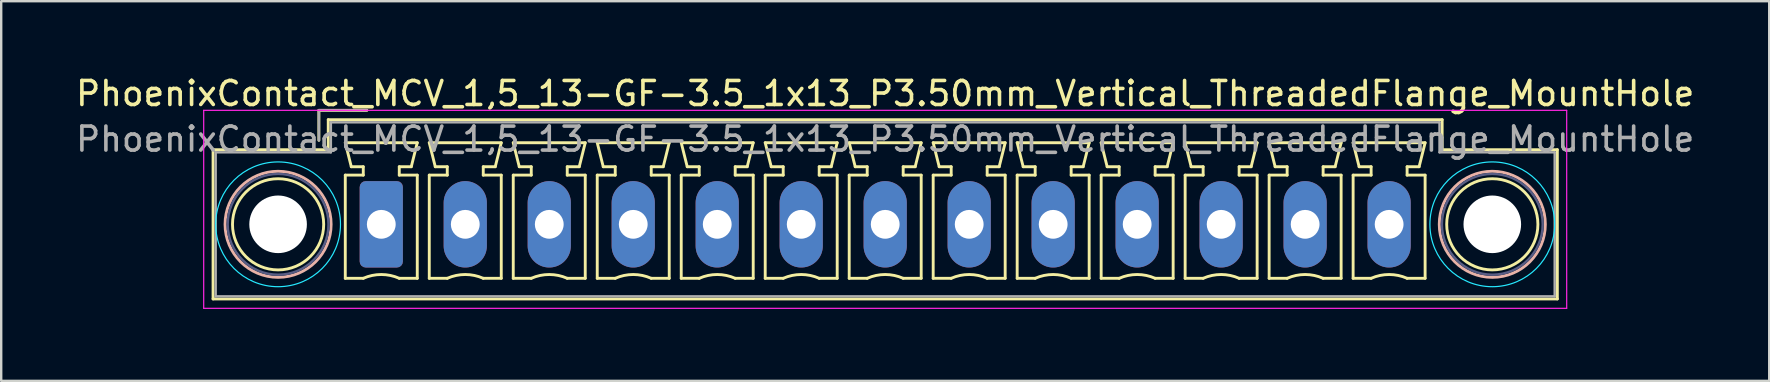
<source format=kicad_pcb>
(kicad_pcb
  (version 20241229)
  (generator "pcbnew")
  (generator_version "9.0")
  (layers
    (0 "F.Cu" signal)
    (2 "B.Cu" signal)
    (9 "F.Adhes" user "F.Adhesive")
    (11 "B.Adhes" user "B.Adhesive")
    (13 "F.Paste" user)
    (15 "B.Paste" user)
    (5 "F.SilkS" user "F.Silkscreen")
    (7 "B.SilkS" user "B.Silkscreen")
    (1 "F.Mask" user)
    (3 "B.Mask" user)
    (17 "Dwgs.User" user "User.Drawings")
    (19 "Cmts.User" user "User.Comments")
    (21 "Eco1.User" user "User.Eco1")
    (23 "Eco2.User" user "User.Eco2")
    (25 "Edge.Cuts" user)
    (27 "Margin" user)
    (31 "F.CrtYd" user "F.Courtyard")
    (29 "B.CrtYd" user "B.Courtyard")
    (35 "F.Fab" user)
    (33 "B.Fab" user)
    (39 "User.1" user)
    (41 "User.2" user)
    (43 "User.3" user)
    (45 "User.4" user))
  (footprint "PhoenixContact_MCV_1,5_13-GF-3.5_1x13_P3.50mm_Vertical_ThreadedFlange_MountHole"
    (layer "F.Cu")
    (at 12.839 6.298)
    (property "Reference" "PhoenixContact_MCV_1,5_13-GF-3.5_1x13_P3.50mm_Vertical_ThreadedFlange_MountHole" (at 21 -5.45 0) (layer "F.SilkS") (effects (font (size 1 1) (thickness 0.15))))
    (attr through_hole)
    (fp_line (start -7.01 -3.11) (end -7.01 3.11) (stroke (width 0.12) (type solid)) (layer "F.SilkS"))
    (fp_line (start -7.01 3.11) (end 49.01 3.11) (stroke (width 0.12) (type solid)) (layer "F.SilkS"))
    (fp_line (start -2.6 -4.75) (end -0.6 -4.75) (stroke (width 0.12) (type solid)) (layer "F.SilkS"))
    (fp_line (start -2.6 -3.5) (end -2.6 -4.75) (stroke (width 0.12) (type solid)) (layer "F.SilkS"))
    (fp_line (start -2.21 -4.36) (end -2.21 -3.11) (stroke (width 0.12) (type solid)) (layer "F.SilkS"))
    (fp_line (start -2.21 -3.11) (end -7.01 -3.11) (stroke (width 0.12) (type solid)) (layer "F.SilkS"))
    (fp_line (start -1.5 -3.4) (end 1.5 -3.4) (stroke (width 0.12) (type solid)) (layer "F.SilkS"))
    (fp_line (start -1.5 -2.05) (end -0.75 -2.05) (stroke (width 0.12) (type solid)) (layer "F.SilkS"))
    (fp_line (start -1.5 2.25) (end -1.5 -2.05) (stroke (width 0.12) (type solid)) (layer "F.SilkS"))
    (fp_line (start -1.25 -2.4) (end -1.5 -3.4) (stroke (width 0.12) (type solid)) (layer "F.SilkS"))
    (fp_line (start -0.75 -2.4) (end -1.25 -2.4) (stroke (width 0.12) (type solid)) (layer "F.SilkS"))
    (fp_line (start -0.75 -2.05) (end -0.75 -2.4) (stroke (width 0.12) (type solid)) (layer "F.SilkS"))
    (fp_line (start -0.75 2.25) (end -1.5 2.25) (stroke (width 0.12) (type solid)) (layer "F.SilkS"))
    (fp_line (start 0.75 -2.4) (end 0.75 -2.05) (stroke (width 0.12) (type solid)) (layer "F.SilkS"))
    (fp_line (start 0.75 -2.05) (end 1.5 -2.05) (stroke (width 0.12) (type solid)) (layer "F.SilkS"))
    (fp_line (start 1.25 -2.4) (end 0.75 -2.4) (stroke (width 0.12) (type solid)) (layer "F.SilkS"))
    (fp_line (start 1.5 -3.4) (end 1.25 -2.4) (stroke (width 0.12) (type solid)) (layer "F.SilkS"))
    (fp_line (start 1.5 -2.05) (end 1.5 2.25) (stroke (width 0.12) (type solid)) (layer "F.SilkS"))
    (fp_line (start 1.5 2.25) (end 0.75 2.25) (stroke (width 0.12) (type solid)) (layer "F.SilkS"))
    (fp_line (start 2 -3.4) (end 5 -3.4) (stroke (width 0.12) (type solid)) (layer "F.SilkS"))
    (fp_line (start 2 -2.05) (end 2.75 -2.05) (stroke (width 0.12) (type solid)) (layer "F.SilkS"))
    (fp_line (start 2 2.25) (end 2 -2.05) (stroke (width 0.12) (type solid)) (layer "F.SilkS"))
    (fp_line (start 2.25 -2.4) (end 2 -3.4) (stroke (width 0.12) (type solid)) (layer "F.SilkS"))
    (fp_line (start 2.75 -2.4) (end 2.25 -2.4) (stroke (width 0.12) (type solid)) (layer "F.SilkS"))
    (fp_line (start 2.75 -2.05) (end 2.75 -2.4) (stroke (width 0.12) (type solid)) (layer "F.SilkS"))
    (fp_line (start 2.75 2.25) (end 2 2.25) (stroke (width 0.12) (type solid)) (layer "F.SilkS"))
    (fp_line (start 4.25 -2.4) (end 4.25 -2.05) (stroke (width 0.12) (type solid)) (layer "F.SilkS"))
    (fp_line (start 4.25 -2.05) (end 5 -2.05) (stroke (width 0.12) (type solid)) (layer "F.SilkS"))
    (fp_line (start 4.75 -2.4) (end 4.25 -2.4) (stroke (width 0.12) (type solid)) (layer "F.SilkS"))
    (fp_line (start 5 -3.4) (end 4.75 -2.4) (stroke (width 0.12) (type solid)) (layer "F.SilkS"))
    (fp_line (start 5 -2.05) (end 5 2.25) (stroke (width 0.12) (type solid)) (layer "F.SilkS"))
    (fp_line (start 5 2.25) (end 4.25 2.25) (stroke (width 0.12) (type solid)) (layer "F.SilkS"))
    (fp_line (start 5.5 -3.4) (end 8.5 -3.4) (stroke (width 0.12) (type solid)) (layer "F.SilkS"))
    (fp_line (start 5.5 -2.05) (end 6.25 -2.05) (stroke (width 0.12) (type solid)) (layer "F.SilkS"))
    (fp_line (start 5.5 2.25) (end 5.5 -2.05) (stroke (width 0.12) (type solid)) (layer "F.SilkS"))
    (fp_line (start 5.75 -2.4) (end 5.5 -3.4) (stroke (width 0.12) (type solid)) (layer "F.SilkS"))
    (fp_line (start 6.25 -2.4) (end 5.75 -2.4) (stroke (width 0.12) (type solid)) (layer "F.SilkS"))
    (fp_line (start 6.25 -2.05) (end 6.25 -2.4) (stroke (width 0.12) (type solid)) (layer "F.SilkS"))
    (fp_line (start 6.25 2.25) (end 5.5 2.25) (stroke (width 0.12) (type solid)) (layer "F.SilkS"))
    (fp_line (start 7.75 -2.4) (end 7.75 -2.05) (stroke (width 0.12) (type solid)) (layer "F.SilkS"))
    (fp_line (start 7.75 -2.05) (end 8.5 -2.05) (stroke (width 0.12) (type solid)) (layer "F.SilkS"))
    (fp_line (start 8.25 -2.4) (end 7.75 -2.4) (stroke (width 0.12) (type solid)) (layer "F.SilkS"))
    (fp_line (start 8.5 -3.4) (end 8.25 -2.4) (stroke (width 0.12) (type solid)) (layer "F.SilkS"))
    (fp_line (start 8.5 -2.05) (end 8.5 2.25) (stroke (width 0.12) (type solid)) (layer "F.SilkS"))
    (fp_line (start 8.5 2.25) (end 7.75 2.25) (stroke (width 0.12) (type solid)) (layer "F.SilkS"))
    (fp_line (start 9 -3.4) (end 12 -3.4) (stroke (width 0.12) (type solid)) (layer "F.SilkS"))
    (fp_line (start 9 -2.05) (end 9.75 -2.05) (stroke (width 0.12) (type solid)) (layer "F.SilkS"))
    (fp_line (start 9 2.25) (end 9 -2.05) (stroke (width 0.12) (type solid)) (layer "F.SilkS"))
    (fp_line (start 9.25 -2.4) (end 9 -3.4) (stroke (width 0.12) (type solid)) (layer "F.SilkS"))
    (fp_line (start 9.75 -2.4) (end 9.25 -2.4) (stroke (width 0.12) (type solid)) (layer "F.SilkS"))
    (fp_line (start 9.75 -2.05) (end 9.75 -2.4) (stroke (width 0.12) (type solid)) (layer "F.SilkS"))
    (fp_line (start 9.75 2.25) (end 9 2.25) (stroke (width 0.12) (type solid)) (layer "F.SilkS"))
    (fp_line (start 11.25 -2.4) (end 11.25 -2.05) (stroke (width 0.12) (type solid)) (layer "F.SilkS"))
    (fp_line (start 11.25 -2.05) (end 12 -2.05) (stroke (width 0.12) (type solid)) (layer "F.SilkS"))
    (fp_line (start 11.75 -2.4) (end 11.25 -2.4) (stroke (width 0.12) (type solid)) (layer "F.SilkS"))
    (fp_line (start 12 -3.4) (end 11.75 -2.4) (stroke (width 0.12) (type solid)) (layer "F.SilkS"))
    (fp_line (start 12 -2.05) (end 12 2.25) (stroke (width 0.12) (type solid)) (layer "F.SilkS"))
    (fp_line (start 12 2.25) (end 11.25 2.25) (stroke (width 0.12) (type solid)) (layer "F.SilkS"))
    (fp_line (start 12.5 -3.4) (end 15.5 -3.4) (stroke (width 0.12) (type solid)) (layer "F.SilkS"))
    (fp_line (start 12.5 -2.05) (end 13.25 -2.05) (stroke (width 0.12) (type solid)) (layer "F.SilkS"))
    (fp_line (start 12.5 2.25) (end 12.5 -2.05) (stroke (width 0.12) (type solid)) (layer "F.SilkS"))
    (fp_line (start 12.75 -2.4) (end 12.5 -3.4) (stroke (width 0.12) (type solid)) (layer "F.SilkS"))
    (fp_line (start 13.25 -2.4) (end 12.75 -2.4) (stroke (width 0.12) (type solid)) (layer "F.SilkS"))
    (fp_line (start 13.25 -2.05) (end 13.25 -2.4) (stroke (width 0.12) (type solid)) (layer "F.SilkS"))
    (fp_line (start 13.25 2.25) (end 12.5 2.25) (stroke (width 0.12) (type solid)) (layer "F.SilkS"))
    (fp_line (start 14.75 -2.4) (end 14.75 -2.05) (stroke (width 0.12) (type solid)) (layer "F.SilkS"))
    (fp_line (start 14.75 -2.05) (end 15.5 -2.05) (stroke (width 0.12) (type solid)) (layer "F.SilkS"))
    (fp_line (start 15.25 -2.4) (end 14.75 -2.4) (stroke (width 0.12) (type solid)) (layer "F.SilkS"))
    (fp_line (start 15.5 -3.4) (end 15.25 -2.4) (stroke (width 0.12) (type solid)) (layer "F.SilkS"))
    (fp_line (start 15.5 -2.05) (end 15.5 2.25) (stroke (width 0.12) (type solid)) (layer "F.SilkS"))
    (fp_line (start 15.5 2.25) (end 14.75 2.25) (stroke (width 0.12) (type solid)) (layer "F.SilkS"))
    (fp_line (start 16 -3.4) (end 19 -3.4) (stroke (width 0.12) (type solid)) (layer "F.SilkS"))
    (fp_line (start 16 -2.05) (end 16.75 -2.05) (stroke (width 0.12) (type solid)) (layer "F.SilkS"))
    (fp_line (start 16 2.25) (end 16 -2.05) (stroke (width 0.12) (type solid)) (layer "F.SilkS"))
    (fp_line (start 16.25 -2.4) (end 16 -3.4) (stroke (width 0.12) (type solid)) (layer "F.SilkS"))
    (fp_line (start 16.75 -2.4) (end 16.25 -2.4) (stroke (width 0.12) (type solid)) (layer "F.SilkS"))
    (fp_line (start 16.75 -2.05) (end 16.75 -2.4) (stroke (width 0.12) (type solid)) (layer "F.SilkS"))
    (fp_line (start 16.75 2.25) (end 16 2.25) (stroke (width 0.12) (type solid)) (layer "F.SilkS"))
    (fp_line (start 18.25 -2.4) (end 18.25 -2.05) (stroke (width 0.12) (type solid)) (layer "F.SilkS"))
    (fp_line (start 18.25 -2.05) (end 19 -2.05) (stroke (width 0.12) (type solid)) (layer "F.SilkS"))
    (fp_line (start 18.75 -2.4) (end 18.25 -2.4) (stroke (width 0.12) (type solid)) (layer "F.SilkS"))
    (fp_line (start 19 -3.4) (end 18.75 -2.4) (stroke (width 0.12) (type solid)) (layer "F.SilkS"))
    (fp_line (start 19 -2.05) (end 19 2.25) (stroke (width 0.12) (type solid)) (layer "F.SilkS"))
    (fp_line (start 19 2.25) (end 18.25 2.25) (stroke (width 0.12) (type solid)) (layer "F.SilkS"))
    (fp_line (start 19.5 -3.4) (end 22.5 -3.4) (stroke (width 0.12) (type solid)) (layer "F.SilkS"))
    (fp_line (start 19.5 -2.05) (end 20.25 -2.05) (stroke (width 0.12) (type solid)) (layer "F.SilkS"))
    (fp_line (start 19.5 2.25) (end 19.5 -2.05) (stroke (width 0.12) (type solid)) (layer "F.SilkS"))
    (fp_line (start 19.75 -2.4) (end 19.5 -3.4) (stroke (width 0.12) (type solid)) (layer "F.SilkS"))
    (fp_line (start 20.25 -2.4) (end 19.75 -2.4) (stroke (width 0.12) (type solid)) (layer "F.SilkS"))
    (fp_line (start 20.25 -2.05) (end 20.25 -2.4) (stroke (width 0.12) (type solid)) (layer "F.SilkS"))
    (fp_line (start 20.25 2.25) (end 19.5 2.25) (stroke (width 0.12) (type solid)) (layer "F.SilkS"))
    (fp_line (start 21.75 -2.4) (end 21.75 -2.05) (stroke (width 0.12) (type solid)) (layer "F.SilkS"))
    (fp_line (start 21.75 -2.05) (end 22.5 -2.05) (stroke (width 0.12) (type solid)) (layer "F.SilkS"))
    (fp_line (start 22.25 -2.4) (end 21.75 -2.4) (stroke (width 0.12) (type solid)) (layer "F.SilkS"))
    (fp_line (start 22.5 -3.4) (end 22.25 -2.4) (stroke (width 0.12) (type solid)) (layer "F.SilkS"))
    (fp_line (start 22.5 -2.05) (end 22.5 2.25) (stroke (width 0.12) (type solid)) (layer "F.SilkS"))
    (fp_line (start 22.5 2.25) (end 21.75 2.25) (stroke (width 0.12) (type solid)) (layer "F.SilkS"))
    (fp_line (start 23 -3.4) (end 26 -3.4) (stroke (width 0.12) (type solid)) (layer "F.SilkS"))
    (fp_line (start 23 -2.05) (end 23.75 -2.05) (stroke (width 0.12) (type solid)) (layer "F.SilkS"))
    (fp_line (start 23 2.25) (end 23 -2.05) (stroke (width 0.12) (type solid)) (layer "F.SilkS"))
    (fp_line (start 23.25 -2.4) (end 23 -3.4) (stroke (width 0.12) (type solid)) (layer "F.SilkS"))
    (fp_line (start 23.75 -2.4) (end 23.25 -2.4) (stroke (width 0.12) (type solid)) (layer "F.SilkS"))
    (fp_line (start 23.75 -2.05) (end 23.75 -2.4) (stroke (width 0.12) (type solid)) (layer "F.SilkS"))
    (fp_line (start 23.75 2.25) (end 23 2.25) (stroke (width 0.12) (type solid)) (layer "F.SilkS"))
    (fp_line (start 25.25 -2.4) (end 25.25 -2.05) (stroke (width 0.12) (type solid)) (layer "F.SilkS"))
    (fp_line (start 25.25 -2.05) (end 26 -2.05) (stroke (width 0.12) (type solid)) (layer "F.SilkS"))
    (fp_line (start 25.75 -2.4) (end 25.25 -2.4) (stroke (width 0.12) (type solid)) (layer "F.SilkS"))
    (fp_line (start 26 -3.4) (end 25.75 -2.4) (stroke (width 0.12) (type solid)) (layer "F.SilkS"))
    (fp_line (start 26 -2.05) (end 26 2.25) (stroke (width 0.12) (type solid)) (layer "F.SilkS"))
    (fp_line (start 26 2.25) (end 25.25 2.25) (stroke (width 0.12) (type solid)) (layer "F.SilkS"))
    (fp_line (start 26.5 -3.4) (end 29.5 -3.4) (stroke (width 0.12) (type solid)) (layer "F.SilkS"))
    (fp_line (start 26.5 -2.05) (end 27.25 -2.05) (stroke (width 0.12) (type solid)) (layer "F.SilkS"))
    (fp_line (start 26.5 2.25) (end 26.5 -2.05) (stroke (width 0.12) (type solid)) (layer "F.SilkS"))
    (fp_line (start 26.75 -2.4) (end 26.5 -3.4) (stroke (width 0.12) (type solid)) (layer "F.SilkS"))
    (fp_line (start 27.25 -2.4) (end 26.75 -2.4) (stroke (width 0.12) (type solid)) (layer "F.SilkS"))
    (fp_line (start 27.25 -2.05) (end 27.25 -2.4) (stroke (width 0.12) (type solid)) (layer "F.SilkS"))
    (fp_line (start 27.25 2.25) (end 26.5 2.25) (stroke (width 0.12) (type solid)) (layer "F.SilkS"))
    (fp_line (start 28.75 -2.4) (end 28.75 -2.05) (stroke (width 0.12) (type solid)) (layer "F.SilkS"))
    (fp_line (start 28.75 -2.05) (end 29.5 -2.05) (stroke (width 0.12) (type solid)) (layer "F.SilkS"))
    (fp_line (start 29.25 -2.4) (end 28.75 -2.4) (stroke (width 0.12) (type solid)) (layer "F.SilkS"))
    (fp_line (start 29.5 -3.4) (end 29.25 -2.4) (stroke (width 0.12) (type solid)) (layer "F.SilkS"))
    (fp_line (start 29.5 -2.05) (end 29.5 2.25) (stroke (width 0.12) (type solid)) (layer "F.SilkS"))
    (fp_line (start 29.5 2.25) (end 28.75 2.25) (stroke (width 0.12) (type solid)) (layer "F.SilkS"))
    (fp_line (start 30 -3.4) (end 33 -3.4) (stroke (width 0.12) (type solid)) (layer "F.SilkS"))
    (fp_line (start 30 -2.05) (end 30.75 -2.05) (stroke (width 0.12) (type solid)) (layer "F.SilkS"))
    (fp_line (start 30 2.25) (end 30 -2.05) (stroke (width 0.12) (type solid)) (layer "F.SilkS"))
    (fp_line (start 30.25 -2.4) (end 30 -3.4) (stroke (width 0.12) (type solid)) (layer "F.SilkS"))
    (fp_line (start 30.75 -2.4) (end 30.25 -2.4) (stroke (width 0.12) (type solid)) (layer "F.SilkS"))
    (fp_line (start 30.75 -2.05) (end 30.75 -2.4) (stroke (width 0.12) (type solid)) (layer "F.SilkS"))
    (fp_line (start 30.75 2.25) (end 30 2.25) (stroke (width 0.12) (type solid)) (layer "F.SilkS"))
    (fp_line (start 32.25 -2.4) (end 32.25 -2.05) (stroke (width 0.12) (type solid)) (layer "F.SilkS"))
    (fp_line (start 32.25 -2.05) (end 33 -2.05) (stroke (width 0.12) (type solid)) (layer "F.SilkS"))
    (fp_line (start 32.75 -2.4) (end 32.25 -2.4) (stroke (width 0.12) (type solid)) (layer "F.SilkS"))
    (fp_line (start 33 -3.4) (end 32.75 -2.4) (stroke (width 0.12) (type solid)) (layer "F.SilkS"))
    (fp_line (start 33 -2.05) (end 33 2.25) (stroke (width 0.12) (type solid)) (layer "F.SilkS"))
    (fp_line (start 33 2.25) (end 32.25 2.25) (stroke (width 0.12) (type solid)) (layer "F.SilkS"))
    (fp_line (start 33.5 -3.4) (end 36.5 -3.4) (stroke (width 0.12) (type solid)) (layer "F.SilkS"))
    (fp_line (start 33.5 -2.05) (end 34.25 -2.05) (stroke (width 0.12) (type solid)) (layer "F.SilkS"))
    (fp_line (start 33.5 2.25) (end 33.5 -2.05) (stroke (width 0.12) (type solid)) (layer "F.SilkS"))
    (fp_line (start 33.75 -2.4) (end 33.5 -3.4) (stroke (width 0.12) (type solid)) (layer "F.SilkS"))
    (fp_line (start 34.25 -2.4) (end 33.75 -2.4) (stroke (width 0.12) (type solid)) (layer "F.SilkS"))
    (fp_line (start 34.25 -2.05) (end 34.25 -2.4) (stroke (width 0.12) (type solid)) (layer "F.SilkS"))
    (fp_line (start 34.25 2.25) (end 33.5 2.25) (stroke (width 0.12) (type solid)) (layer "F.SilkS"))
    (fp_line (start 35.75 -2.4) (end 35.75 -2.05) (stroke (width 0.12) (type solid)) (layer "F.SilkS"))
    (fp_line (start 35.75 -2.05) (end 36.5 -2.05) (stroke (width 0.12) (type solid)) (layer "F.SilkS"))
    (fp_line (start 36.25 -2.4) (end 35.75 -2.4) (stroke (width 0.12) (type solid)) (layer "F.SilkS"))
    (fp_line (start 36.5 -3.4) (end 36.25 -2.4) (stroke (width 0.12) (type solid)) (layer "F.SilkS"))
    (fp_line (start 36.5 -2.05) (end 36.5 2.25) (stroke (width 0.12) (type solid)) (layer "F.SilkS"))
    (fp_line (start 36.5 2.25) (end 35.75 2.25) (stroke (width 0.12) (type solid)) (layer "F.SilkS"))
    (fp_line (start 37 -3.4) (end 40 -3.4) (stroke (width 0.12) (type solid)) (layer "F.SilkS"))
    (fp_line (start 37 -2.05) (end 37.75 -2.05) (stroke (width 0.12) (type solid)) (layer "F.SilkS"))
    (fp_line (start 37 2.25) (end 37 -2.05) (stroke (width 0.12) (type solid)) (layer "F.SilkS"))
    (fp_line (start 37.25 -2.4) (end 37 -3.4) (stroke (width 0.12) (type solid)) (layer "F.SilkS"))
    (fp_line (start 37.75 -2.4) (end 37.25 -2.4) (stroke (width 0.12) (type solid)) (layer "F.SilkS"))
    (fp_line (start 37.75 -2.05) (end 37.75 -2.4) (stroke (width 0.12) (type solid)) (layer "F.SilkS"))
    (fp_line (start 37.75 2.25) (end 37 2.25) (stroke (width 0.12) (type solid)) (layer "F.SilkS"))
    (fp_line (start 39.25 -2.4) (end 39.25 -2.05) (stroke (width 0.12) (type solid)) (layer "F.SilkS"))
    (fp_line (start 39.25 -2.05) (end 40 -2.05) (stroke (width 0.12) (type solid)) (layer "F.SilkS"))
    (fp_line (start 39.75 -2.4) (end 39.25 -2.4) (stroke (width 0.12) (type solid)) (layer "F.SilkS"))
    (fp_line (start 40 -3.4) (end 39.75 -2.4) (stroke (width 0.12) (type solid)) (layer "F.SilkS"))
    (fp_line (start 40 -2.05) (end 40 2.25) (stroke (width 0.12) (type solid)) (layer "F.SilkS"))
    (fp_line (start 40 2.25) (end 39.25 2.25) (stroke (width 0.12) (type solid)) (layer "F.SilkS"))
    (fp_line (start 40.5 -3.4) (end 43.5 -3.4) (stroke (width 0.12) (type solid)) (layer "F.SilkS"))
    (fp_line (start 40.5 -2.05) (end 41.25 -2.05) (stroke (width 0.12) (type solid)) (layer "F.SilkS"))
    (fp_line (start 40.5 2.25) (end 40.5 -2.05) (stroke (width 0.12) (type solid)) (layer "F.SilkS"))
    (fp_line (start 40.75 -2.4) (end 40.5 -3.4) (stroke (width 0.12) (type solid)) (layer "F.SilkS"))
    (fp_line (start 41.25 -2.4) (end 40.75 -2.4) (stroke (width 0.12) (type solid)) (layer "F.SilkS"))
    (fp_line (start 41.25 -2.05) (end 41.25 -2.4) (stroke (width 0.12) (type solid)) (layer "F.SilkS"))
    (fp_line (start 41.25 2.25) (end 40.5 2.25) (stroke (width 0.12) (type solid)) (layer "F.SilkS"))
    (fp_line (start 42.75 -2.4) (end 42.75 -2.05) (stroke (width 0.12) (type solid)) (layer "F.SilkS"))
    (fp_line (start 42.75 -2.05) (end 43.5 -2.05) (stroke (width 0.12) (type solid)) (layer "F.SilkS"))
    (fp_line (start 43.25 -2.4) (end 42.75 -2.4) (stroke (width 0.12) (type solid)) (layer "F.SilkS"))
    (fp_line (start 43.5 -3.4) (end 43.25 -2.4) (stroke (width 0.12) (type solid)) (layer "F.SilkS"))
    (fp_line (start 43.5 -2.05) (end 43.5 2.25) (stroke (width 0.12) (type solid)) (layer "F.SilkS"))
    (fp_line (start 43.5 2.25) (end 42.75 2.25) (stroke (width 0.12) (type solid)) (layer "F.SilkS"))
    (fp_line (start 44.21 -4.36) (end -2.21 -4.36) (stroke (width 0.12) (type solid)) (layer "F.SilkS"))
    (fp_line (start 44.21 -3.11) (end 44.21 -4.36) (stroke (width 0.12) (type solid)) (layer "F.SilkS"))
    (fp_line (start 49.01 -3.11) (end 44.21 -3.11) (stroke (width 0.12) (type solid)) (layer "F.SilkS"))
    (fp_line (start 49.01 3.11) (end 49.01 -3.11) (stroke (width 0.12) (type solid)) (layer "F.SilkS"))
    (fp_arc (start -0.75 2.25) (mid -0.000193 2.09191) (end 0.749647 2.249844) (stroke (width 0.12) (type solid)) (layer "F.SilkS"))
    (fp_arc (start 2.75 2.25) (mid 3.499807 2.09191) (end 4.249647 2.249844) (stroke (width 0.12) (type solid)) (layer "F.SilkS"))
    (fp_arc (start 6.25 2.25) (mid 6.999807 2.09191) (end 7.749647 2.249844) (stroke (width 0.12) (type solid)) (layer "F.SilkS"))
    (fp_arc (start 9.75 2.25) (mid 10.499807 2.09191) (end 11.249647 2.249844) (stroke (width 0.12) (type solid)) (layer "F.SilkS"))
    (fp_arc (start 13.25 2.25) (mid 13.999807 2.09191) (end 14.749647 2.249844) (stroke (width 0.12) (type solid)) (layer "F.SilkS"))
    (fp_arc (start 16.75 2.25) (mid 17.499807 2.09191) (end 18.249647 2.249844) (stroke (width 0.12) (type solid)) (layer "F.SilkS"))
    (fp_arc (start 20.25 2.25) (mid 20.999807 2.09191) (end 21.749647 2.249844) (stroke (width 0.12) (type solid)) (layer "F.SilkS"))
    (fp_arc (start 23.75 2.25) (mid 24.499807 2.09191) (end 25.249647 2.249844) (stroke (width 0.12) (type solid)) (layer "F.SilkS"))
    (fp_arc (start 27.25 2.25) (mid 27.999807 2.09191) (end 28.749647 2.249844) (stroke (width 0.12) (type solid)) (layer "F.SilkS"))
    (fp_arc (start 30.75 2.25) (mid 31.499807 2.09191) (end 32.249647 2.249844) (stroke (width 0.12) (type solid)) (layer "F.SilkS"))
    (fp_arc (start 34.25 2.25) (mid 34.999807 2.09191) (end 35.749647 2.249844) (stroke (width 0.12) (type solid)) (layer "F.SilkS"))
    (fp_arc (start 37.75 2.25) (mid 38.499807 2.09191) (end 39.249647 2.249844) (stroke (width 0.12) (type solid)) (layer "F.SilkS"))
    (fp_arc (start 41.25 2.25) (mid 41.999807 2.09191) (end 42.749647 2.249844) (stroke (width 0.12) (type solid)) (layer "F.SilkS"))
    (fp_circle (center -4.3 0) (end -2.4 0) (stroke (width 0.12) (type solid)) (fill no) (layer "F.SilkS"))
    (fp_circle (center 46.3 0) (end 48.2 0) (stroke (width 0.12) (type solid)) (fill no) (layer "F.SilkS"))
    (fp_circle (center -4.3 0) (end -2.09 0) (stroke (width 0.12) (type solid)) (fill no) (layer "B.SilkS"))
    (fp_circle (center 46.3 0) (end 48.51 0) (stroke (width 0.12) (type solid)) (fill no) (layer "B.SilkS"))
    (fp_circle (center -4.3 0) (end -1.7 0) (stroke (width 0.05) (type solid)) (fill no) (layer "B.CrtYd"))
    (fp_circle (center 46.3 0) (end 48.9 0) (stroke (width 0.05) (type solid)) (fill no) (layer "B.CrtYd"))
    (fp_line (start -7.4 -4.75) (end -7.4 3.5) (stroke (width 0.05) (type solid)) (layer "F.CrtYd"))
    (fp_line (start -7.4 3.5) (end 49.4 3.5) (stroke (width 0.05) (type solid)) (layer "F.CrtYd"))
    (fp_line (start 49.4 -4.75) (end -7.4 -4.75) (stroke (width 0.05) (type solid)) (layer "F.CrtYd"))
    (fp_line (start 49.4 3.5) (end 49.4 -4.75) (stroke (width 0.05) (type solid)) (layer "F.CrtYd"))
    (fp_circle (center -4.3 0) (end -2.2 0) (stroke (width 0.1) (type solid)) (fill no) (layer "B.Fab"))
    (fp_circle (center 46.3 0) (end 48.4 0) (stroke (width 0.1) (type solid)) (fill no) (layer "B.Fab"))
    (fp_line (start -6.9 -3) (end -6.9 3) (stroke (width 0.1) (type solid)) (layer "F.Fab"))
    (fp_line (start -6.9 3) (end 48.9 3) (stroke (width 0.1) (type solid)) (layer "F.Fab"))
    (fp_line (start -2.6 -4.75) (end -0.6 -4.75) (stroke (width 0.1) (type solid)) (layer "F.Fab"))
    (fp_line (start -2.6 -3.5) (end -2.6 -4.75) (stroke (width 0.1) (type solid)) (layer "F.Fab"))
    (fp_line (start -2.1 -4.25) (end -2.1 -3) (stroke (width 0.1) (type solid)) (layer "F.Fab"))
    (fp_line (start -2.1 -3) (end -6.9 -3) (stroke (width 0.1) (type solid)) (layer "F.Fab"))
    (fp_line (start 44.1 -4.25) (end -2.1 -4.25) (stroke (width 0.1) (type solid)) (layer "F.Fab"))
    (fp_line (start 44.1 -3) (end 44.1 -4.25) (stroke (width 0.1) (type solid)) (layer "F.Fab"))
    (fp_line (start 48.9 -3) (end 44.1 -3) (stroke (width 0.1) (type solid)) (layer "F.Fab"))
    (fp_line (start 48.9 3) (end 48.9 -3) (stroke (width 0.1) (type solid)) (layer "F.Fab"))
    (fp_text user "${REFERENCE}" (at 21 -3.55 0) (layer "F.Fab") (effects (font (size 1 1) (thickness 0.15))))
    (pad "" np_thru_hole circle (at -4.3 0) (size 2.4 2.4) (drill 2.4) (layers "*.Cu" "*.Mask"))
    (pad "" np_thru_hole circle (at 46.3 0) (size 2.4 2.4) (drill 2.4) (layers "*.Cu" "*.Mask"))
    (pad "1" thru_hole roundrect (at 0 0) (size 1.8 3.6) (drill 1.2) (layers "*.Cu" "*.Mask") (roundrect_rratio 0.139))
    (pad "2" thru_hole oval (at 3.5 0) (size 1.8 3.6) (drill 1.2) (layers "*.Cu" "*.Mask"))
    (pad "3" thru_hole oval (at 7 0) (size 1.8 3.6) (drill 1.2) (layers "*.Cu" "*.Mask"))
    (pad "4" thru_hole oval (at 10.5 0) (size 1.8 3.6) (drill 1.2) (layers "*.Cu" "*.Mask"))
    (pad "5" thru_hole oval (at 14 0) (size 1.8 3.6) (drill 1.2) (layers "*.Cu" "*.Mask"))
    (pad "6" thru_hole oval (at 17.5 0) (size 1.8 3.6) (drill 1.2) (layers "*.Cu" "*.Mask"))
    (pad "7" thru_hole oval (at 21 0) (size 1.8 3.6) (drill 1.2) (layers "*.Cu" "*.Mask"))
    (pad "8" thru_hole oval (at 24.5 0) (size 1.8 3.6) (drill 1.2) (layers "*.Cu" "*.Mask"))
    (pad "9" thru_hole oval (at 28 0) (size 1.8 3.6) (drill 1.2) (layers "*.Cu" "*.Mask"))
    (pad "10" thru_hole oval (at 31.5 0) (size 1.8 3.6) (drill 1.2) (layers "*.Cu" "*.Mask"))
    (pad "11" thru_hole oval (at 35 0) (size 1.8 3.6) (drill 1.2) (layers "*.Cu" "*.Mask"))
    (pad "12" thru_hole oval (at 38.5 0) (size 1.8 3.6) (drill 1.2) (layers "*.Cu" "*.Mask"))
    (pad "13" thru_hole oval (at 42 0) (size 1.8 3.6) (drill 1.2) (layers "*.Cu" "*.Mask")))
  (gr_rect
    (start -3 -3)
    (end 70.679 12.823)
    (stroke (width 0.1) (type default))
    (fill no)
    (layer "Edge.Cuts")))
</source>
